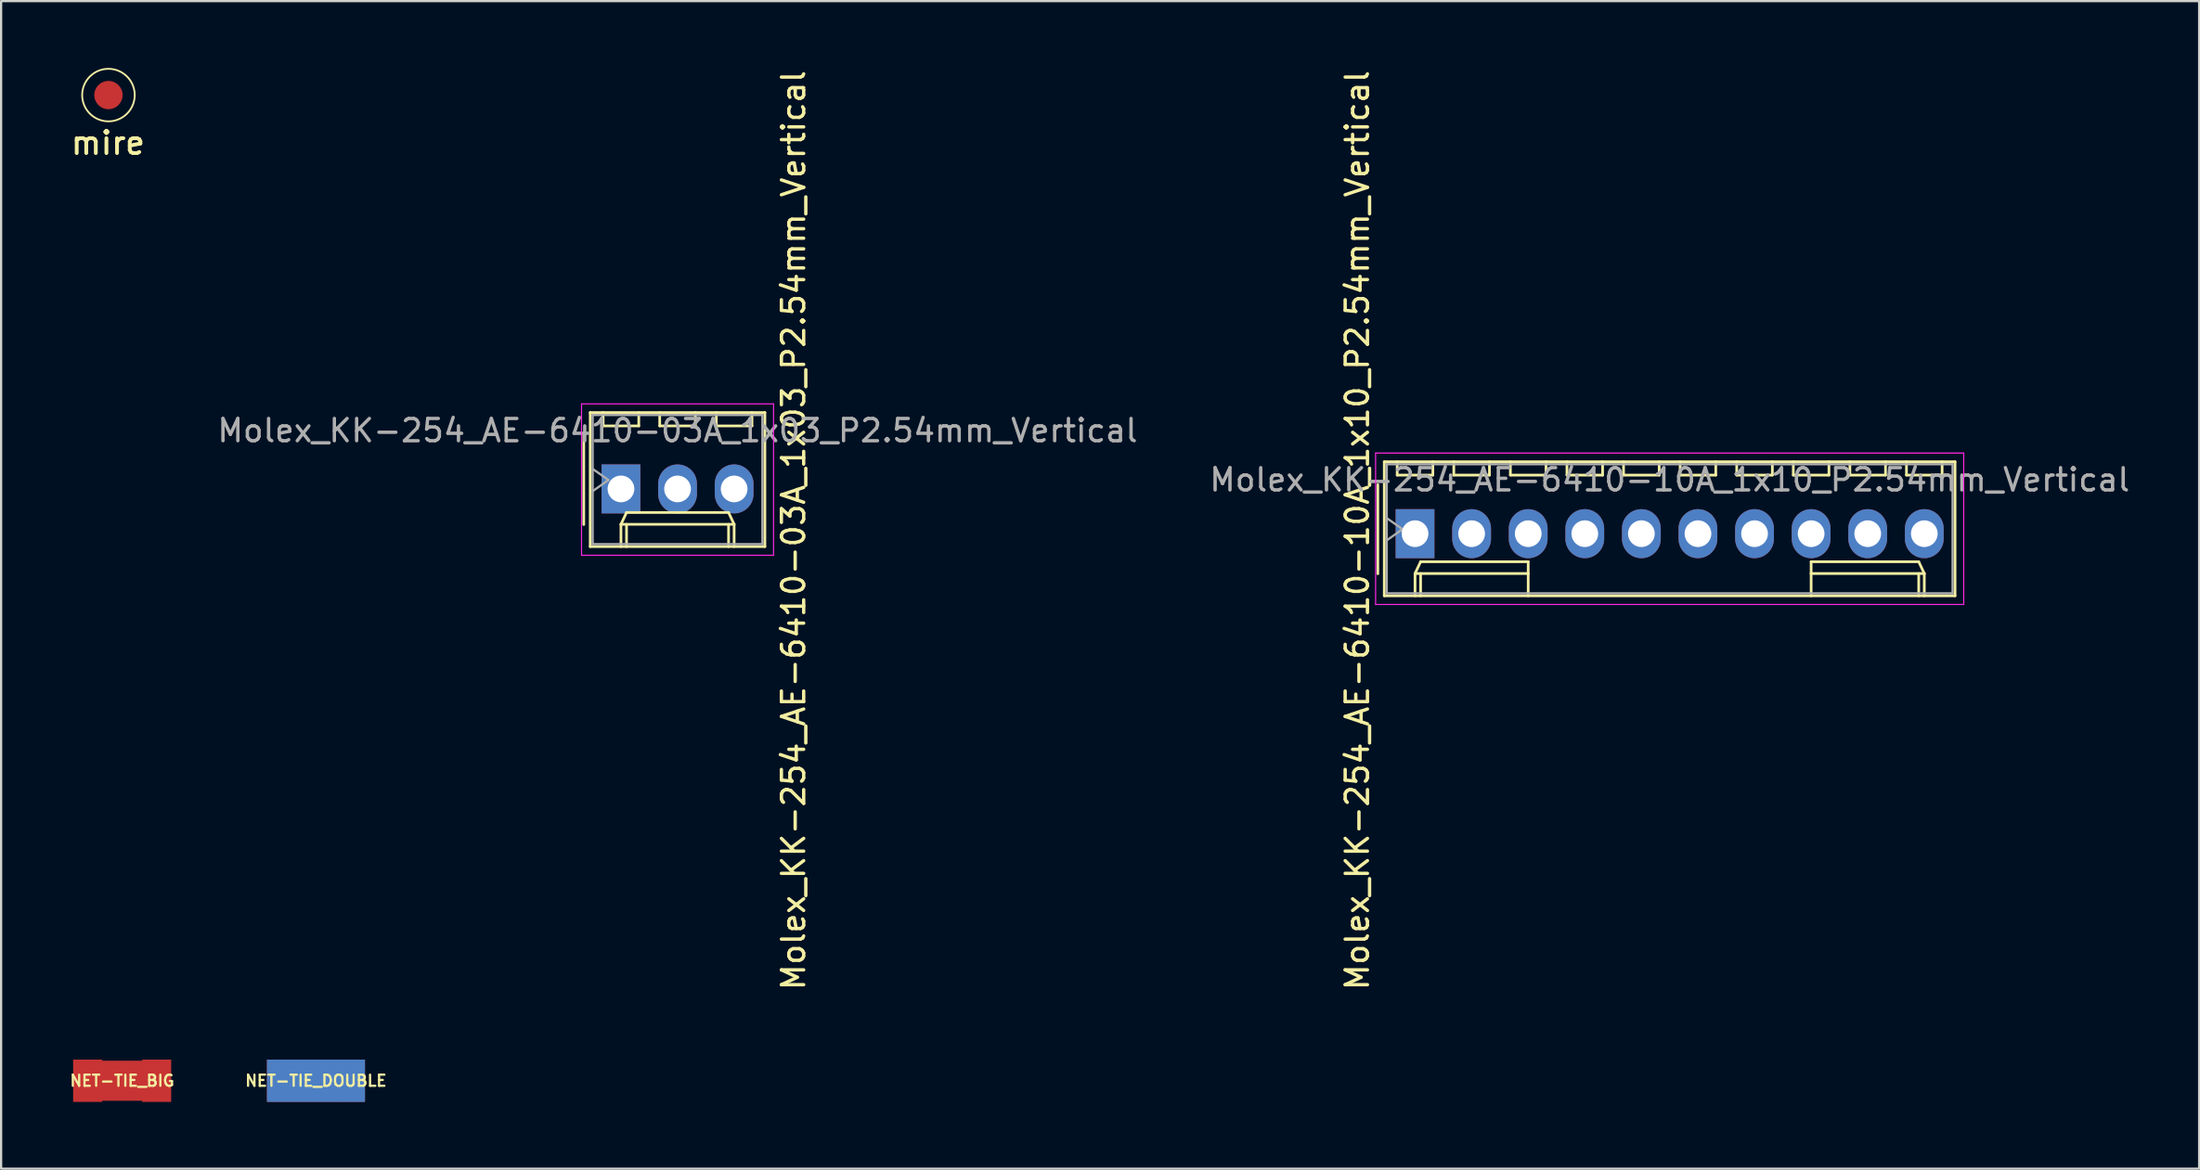
<source format=kicad_pcb>
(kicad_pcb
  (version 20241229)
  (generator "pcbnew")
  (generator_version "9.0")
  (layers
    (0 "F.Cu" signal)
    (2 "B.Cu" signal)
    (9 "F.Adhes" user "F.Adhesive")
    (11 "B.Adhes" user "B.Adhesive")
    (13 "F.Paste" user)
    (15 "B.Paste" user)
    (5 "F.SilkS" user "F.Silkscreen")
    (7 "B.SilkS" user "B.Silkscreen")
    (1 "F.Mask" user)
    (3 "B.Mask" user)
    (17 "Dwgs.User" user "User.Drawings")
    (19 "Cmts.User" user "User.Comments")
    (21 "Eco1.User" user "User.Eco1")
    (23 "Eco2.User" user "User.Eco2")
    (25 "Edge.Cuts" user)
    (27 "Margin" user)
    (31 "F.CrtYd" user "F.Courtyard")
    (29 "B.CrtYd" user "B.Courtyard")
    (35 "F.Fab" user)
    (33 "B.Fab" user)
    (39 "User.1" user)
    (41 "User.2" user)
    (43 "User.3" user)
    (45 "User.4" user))
  (footprint "mire"
    (layer "F.Cu")
    (at 1.818 1.22)
    (property "Reference" "mire" (at -0.02 2.15 0) (layer "F.SilkS") (effects (font (size 1 1) (thickness 0.17))))
    (attr smd)
    (fp_circle (center 0 0) (end 0.37 -1.12) (stroke (width 0.08) (type solid)) (fill no) (layer "F.SilkS"))
    (pad "1" smd circle (at 0 0) (size 1.27 1.27) (layers "F.Cu" "F.Mask")))
  (footprint "NET-TIE_BIG"
    (layer "F.Cu")
    (at 2.433 45.486)
    (property "Reference" "NET-TIE_BIG" (at 0 0 0) (layer "F.SilkS") (effects (font (size 0.5 0.5) (thickness 0.1))))
    (attr smd)
    (fp_line (start -1.2 0) (end 1.2 0) (stroke (width 1.8) (type solid)) (layer "F.Cu"))
    (pad "1" smd rect (at -1.55 0 90) (size 1.9 1.3) (layers "F.Cu"))
    (pad "2" smd rect (at 1.55 0 90) (size 1.9 1.3) (layers "F.Cu")))
  (footprint "NET-TIE_DOUBLE"
    (layer "F.Cu")
    (at 11.133 45.486)
    (property "Reference" "NET-TIE_DOUBLE" (at 0 0 0) (layer "F.SilkS") (effects (font (size 0.5 0.5) (thickness 0.1))))
    (attr exclude_from_pos_files exclude_from_bom)
    (fp_poly (pts (xy -0.9 -0.9) (xy -0.9 0.9) (xy 0.9 0.9) (xy 0.9 -0.9)) (stroke (width 0.1) (type solid)) (fill yes) (layer "F.Cu"))
    (fp_poly (pts (xy -0.9 -0.9) (xy -0.9 0.9) (xy 0.9 0.9) (xy 0.9 -0.9)) (stroke (width 0.1) (type solid)) (fill yes) (layer "B.Cu"))
    (pad "1B" smd rect (at -1.55 0 90) (size 1.9 1.3) (layers "B.Cu"))
    (pad "1F" smd rect (at -1.55 0 90) (size 1.9 1.3) (layers "F.Cu"))
    (pad "2B" smd rect (at 1.55 0 90) (size 1.9 1.3) (layers "B.Cu"))
    (pad "2F" smd rect (at 1.55 0 90) (size 1.9 1.3) (layers "F.Cu")))
  (footprint "Molex_KK-254_AE-6410-10A_1x10_P2.54mm_Vertical"
    (layer "F.Cu")
    (at 60.469 20.717)
    (property "Reference" "Molex_KK-254_AE-6410-10A_1x10_P2.54mm_Vertical" (at -2.591 0.051 90) (layer "F.SilkS") (effects (font (size 1 1) (thickness 0.15))))
    (attr through_hole)
    (fp_line (start -1.67 -2) (end -1.67 2) (stroke (width 0.12) (type solid)) (layer "F.SilkS"))
    (fp_line (start -1.38 -3.03) (end -1.38 2.99) (stroke (width 0.12) (type solid)) (layer "F.SilkS"))
    (fp_line (start -1.38 2.99) (end 24.24 2.99) (stroke (width 0.12) (type solid)) (layer "F.SilkS"))
    (fp_line (start -0.8 -3.03) (end -0.8 -2.43) (stroke (width 0.12) (type solid)) (layer "F.SilkS"))
    (fp_line (start -0.8 -2.43) (end 0.8 -2.43) (stroke (width 0.12) (type solid)) (layer "F.SilkS"))
    (fp_line (start 0 1.99) (end 0.25 1.46) (stroke (width 0.12) (type solid)) (layer "F.SilkS"))
    (fp_line (start 0 1.99) (end 5.08 1.99) (stroke (width 0.12) (type solid)) (layer "F.SilkS"))
    (fp_line (start 0 2.99) (end 0 1.99) (stroke (width 0.12) (type solid)) (layer "F.SilkS"))
    (fp_line (start 0.25 1.46) (end 5.08 1.46) (stroke (width 0.12) (type solid)) (layer "F.SilkS"))
    (fp_line (start 0.25 2.99) (end 0.25 1.99) (stroke (width 0.12) (type solid)) (layer "F.SilkS"))
    (fp_line (start 0.8 -2.43) (end 0.8 -3.03) (stroke (width 0.12) (type solid)) (layer "F.SilkS"))
    (fp_line (start 1.74 -3.03) (end 1.74 -2.43) (stroke (width 0.12) (type solid)) (layer "F.SilkS"))
    (fp_line (start 1.74 -2.43) (end 3.34 -2.43) (stroke (width 0.12) (type solid)) (layer "F.SilkS"))
    (fp_line (start 3.34 -2.43) (end 3.34 -3.03) (stroke (width 0.12) (type solid)) (layer "F.SilkS"))
    (fp_line (start 4.28 -3.03) (end 4.28 -2.43) (stroke (width 0.12) (type solid)) (layer "F.SilkS"))
    (fp_line (start 4.28 -2.43) (end 5.88 -2.43) (stroke (width 0.12) (type solid)) (layer "F.SilkS"))
    (fp_line (start 5.08 1.46) (end 5.08 1.99) (stroke (width 0.12) (type solid)) (layer "F.SilkS"))
    (fp_line (start 5.08 1.99) (end 5.08 2.99) (stroke (width 0.12) (type solid)) (layer "F.SilkS"))
    (fp_line (start 5.88 -2.43) (end 5.88 -3.03) (stroke (width 0.12) (type solid)) (layer "F.SilkS"))
    (fp_line (start 6.82 -3.03) (end 6.82 -2.43) (stroke (width 0.12) (type solid)) (layer "F.SilkS"))
    (fp_line (start 6.82 -2.43) (end 8.42 -2.43) (stroke (width 0.12) (type solid)) (layer "F.SilkS"))
    (fp_line (start 8.42 -2.43) (end 8.42 -3.03) (stroke (width 0.12) (type solid)) (layer "F.SilkS"))
    (fp_line (start 9.36 -3.03) (end 9.36 -2.43) (stroke (width 0.12) (type solid)) (layer "F.SilkS"))
    (fp_line (start 9.36 -2.43) (end 10.96 -2.43) (stroke (width 0.12) (type solid)) (layer "F.SilkS"))
    (fp_line (start 10.96 -2.43) (end 10.96 -3.03) (stroke (width 0.12) (type solid)) (layer "F.SilkS"))
    (fp_line (start 11.9 -3.03) (end 11.9 -2.43) (stroke (width 0.12) (type solid)) (layer "F.SilkS"))
    (fp_line (start 11.9 -2.43) (end 13.5 -2.43) (stroke (width 0.12) (type solid)) (layer "F.SilkS"))
    (fp_line (start 13.5 -2.43) (end 13.5 -3.03) (stroke (width 0.12) (type solid)) (layer "F.SilkS"))
    (fp_line (start 14.44 -3.03) (end 14.44 -2.43) (stroke (width 0.12) (type solid)) (layer "F.SilkS"))
    (fp_line (start 14.44 -2.43) (end 16.04 -2.43) (stroke (width 0.12) (type solid)) (layer "F.SilkS"))
    (fp_line (start 16.04 -2.43) (end 16.04 -3.03) (stroke (width 0.12) (type solid)) (layer "F.SilkS"))
    (fp_line (start 16.98 -3.03) (end 16.98 -2.43) (stroke (width 0.12) (type solid)) (layer "F.SilkS"))
    (fp_line (start 16.98 -2.43) (end 18.58 -2.43) (stroke (width 0.12) (type solid)) (layer "F.SilkS"))
    (fp_line (start 17.78 1.46) (end 17.78 1.99) (stroke (width 0.12) (type solid)) (layer "F.SilkS"))
    (fp_line (start 17.78 1.99) (end 17.78 2.99) (stroke (width 0.12) (type solid)) (layer "F.SilkS"))
    (fp_line (start 18.58 -2.43) (end 18.58 -3.03) (stroke (width 0.12) (type solid)) (layer "F.SilkS"))
    (fp_line (start 19.52 -3.03) (end 19.52 -2.43) (stroke (width 0.12) (type solid)) (layer "F.SilkS"))
    (fp_line (start 19.52 -2.43) (end 21.12 -2.43) (stroke (width 0.12) (type solid)) (layer "F.SilkS"))
    (fp_line (start 21.12 -2.43) (end 21.12 -3.03) (stroke (width 0.12) (type solid)) (layer "F.SilkS"))
    (fp_line (start 22.06 -3.03) (end 22.06 -2.43) (stroke (width 0.12) (type solid)) (layer "F.SilkS"))
    (fp_line (start 22.06 -2.43) (end 23.66 -2.43) (stroke (width 0.12) (type solid)) (layer "F.SilkS"))
    (fp_line (start 22.61 1.46) (end 17.78 1.46) (stroke (width 0.12) (type solid)) (layer "F.SilkS"))
    (fp_line (start 22.61 2.99) (end 22.61 1.99) (stroke (width 0.12) (type solid)) (layer "F.SilkS"))
    (fp_line (start 22.86 1.99) (end 17.78 1.99) (stroke (width 0.12) (type solid)) (layer "F.SilkS"))
    (fp_line (start 22.86 1.99) (end 22.61 1.46) (stroke (width 0.12) (type solid)) (layer "F.SilkS"))
    (fp_line (start 22.86 2.99) (end 22.86 1.99) (stroke (width 0.12) (type solid)) (layer "F.SilkS"))
    (fp_line (start 23.66 -2.43) (end 23.66 -3.03) (stroke (width 0.12) (type solid)) (layer "F.SilkS"))
    (fp_line (start 24.24 -3.03) (end -1.38 -3.03) (stroke (width 0.12) (type solid)) (layer "F.SilkS"))
    (fp_line (start 24.24 2.99) (end 24.24 -3.03) (stroke (width 0.12) (type solid)) (layer "F.SilkS"))
    (fp_line (start -1.77 -3.42) (end -1.77 3.38) (stroke (width 0.05) (type solid)) (layer "F.CrtYd"))
    (fp_line (start -1.77 3.38) (end 24.63 3.38) (stroke (width 0.05) (type solid)) (layer "F.CrtYd"))
    (fp_line (start 24.63 -3.42) (end -1.77 -3.42) (stroke (width 0.05) (type solid)) (layer "F.CrtYd"))
    (fp_line (start 24.63 3.38) (end 24.63 -3.42) (stroke (width 0.05) (type solid)) (layer "F.CrtYd"))
    (fp_line (start -1.27 -2.92) (end -1.27 2.88) (stroke (width 0.1) (type solid)) (layer "F.Fab"))
    (fp_line (start -1.27 -0.5) (end -0.563 0) (stroke (width 0.1) (type solid)) (layer "F.Fab"))
    (fp_line (start -1.27 2.88) (end 24.13 2.88) (stroke (width 0.1) (type solid)) (layer "F.Fab"))
    (fp_line (start -0.563 0) (end -1.27 0.5) (stroke (width 0.1) (type solid)) (layer "F.Fab"))
    (fp_line (start 24.13 -2.92) (end -1.27 -2.92) (stroke (width 0.1) (type solid)) (layer "F.Fab"))
    (fp_line (start 24.13 2.88) (end 24.13 -2.92) (stroke (width 0.1) (type solid)) (layer "F.Fab"))
    (fp_text user "${REFERENCE}" (at 11.43 -2.22 0) (layer "F.Fab") (effects (font (size 1 1) (thickness 0.15))))
    (pad "1" thru_hole rect (at 0 0.2) (size 1.74 2.2) (drill 1.2) (layers "*.Cu" "*.Mask"))
    (pad "2" thru_hole oval (at 2.54 0.2) (size 1.74 2.2) (drill 1.2) (layers "*.Cu" "*.Mask"))
    (pad "3" thru_hole oval (at 5.08 0.2) (size 1.74 2.2) (drill 1.2) (layers "*.Cu" "*.Mask"))
    (pad "4" thru_hole oval (at 7.62 0.2) (size 1.74 2.2) (drill 1.2) (layers "*.Cu" "*.Mask"))
    (pad "5" thru_hole oval (at 10.16 0.2) (size 1.74 2.2) (drill 1.2) (layers "*.Cu" "*.Mask"))
    (pad "6" thru_hole oval (at 12.7 0.2) (size 1.74 2.2) (drill 1.2) (layers "*.Cu" "*.Mask"))
    (pad "7" thru_hole oval (at 15.24 0.2) (size 1.74 2.2) (drill 1.2) (layers "*.Cu" "*.Mask"))
    (pad "8" thru_hole oval (at 17.78 0.2) (size 1.74 2.2) (drill 1.2) (layers "*.Cu" "*.Mask"))
    (pad "9" thru_hole oval (at 20.32 0.2) (size 1.74 2.2) (drill 1.2) (layers "*.Cu" "*.Mask"))
    (pad "10" thru_hole oval (at 22.86 0.2) (size 1.74 2.2) (drill 1.2) (layers "*.Cu" "*.Mask")))
  (footprint "Molex_KK-254_AE-6410-03A_1x03_P2.54mm_Vertical"
    (layer "F.Cu")
    (at 24.824 18.507)
    (property "Reference" "Molex_KK-254_AE-6410-03A_1x03_P2.54mm_Vertical" (at 7.747 2.261 90) (layer "F.SilkS") (effects (font (size 1 1) (thickness 0.15))))
    (attr through_hole)
    (fp_line (start -1.67 -2) (end -1.67 2) (stroke (width 0.12) (type solid)) (layer "F.SilkS"))
    (fp_line (start -1.38 -3.03) (end -1.38 2.99) (stroke (width 0.12) (type solid)) (layer "F.SilkS"))
    (fp_line (start -1.38 2.99) (end 6.46 2.99) (stroke (width 0.12) (type solid)) (layer "F.SilkS"))
    (fp_line (start -0.8 -3.03) (end -0.8 -2.43) (stroke (width 0.12) (type solid)) (layer "F.SilkS"))
    (fp_line (start -0.8 -2.43) (end 0.8 -2.43) (stroke (width 0.12) (type solid)) (layer "F.SilkS"))
    (fp_line (start 0 1.99) (end 0.25 1.46) (stroke (width 0.12) (type solid)) (layer "F.SilkS"))
    (fp_line (start 0 1.99) (end 5.08 1.99) (stroke (width 0.12) (type solid)) (layer "F.SilkS"))
    (fp_line (start 0 2.99) (end 0 1.99) (stroke (width 0.12) (type solid)) (layer "F.SilkS"))
    (fp_line (start 0.25 1.46) (end 4.83 1.46) (stroke (width 0.12) (type solid)) (layer "F.SilkS"))
    (fp_line (start 0.25 2.99) (end 0.25 1.99) (stroke (width 0.12) (type solid)) (layer "F.SilkS"))
    (fp_line (start 0.8 -2.43) (end 0.8 -3.03) (stroke (width 0.12) (type solid)) (layer "F.SilkS"))
    (fp_line (start 1.74 -3.03) (end 1.74 -2.43) (stroke (width 0.12) (type solid)) (layer "F.SilkS"))
    (fp_line (start 1.74 -2.43) (end 3.34 -2.43) (stroke (width 0.12) (type solid)) (layer "F.SilkS"))
    (fp_line (start 3.34 -2.43) (end 3.34 -3.03) (stroke (width 0.12) (type solid)) (layer "F.SilkS"))
    (fp_line (start 4.28 -3.03) (end 4.28 -2.43) (stroke (width 0.12) (type solid)) (layer "F.SilkS"))
    (fp_line (start 4.28 -2.43) (end 5.88 -2.43) (stroke (width 0.12) (type solid)) (layer "F.SilkS"))
    (fp_line (start 4.83 1.46) (end 5.08 1.99) (stroke (width 0.12) (type solid)) (layer "F.SilkS"))
    (fp_line (start 4.83 2.99) (end 4.83 1.99) (stroke (width 0.12) (type solid)) (layer "F.SilkS"))
    (fp_line (start 5.08 1.99) (end 5.08 2.99) (stroke (width 0.12) (type solid)) (layer "F.SilkS"))
    (fp_line (start 5.88 -2.43) (end 5.88 -3.03) (stroke (width 0.12) (type solid)) (layer "F.SilkS"))
    (fp_line (start 6.46 -3.03) (end -1.38 -3.03) (stroke (width 0.12) (type solid)) (layer "F.SilkS"))
    (fp_line (start 6.46 2.99) (end 6.46 -3.03) (stroke (width 0.12) (type solid)) (layer "F.SilkS"))
    (fp_line (start -1.77 -3.42) (end -1.77 3.38) (stroke (width 0.05) (type solid)) (layer "F.CrtYd"))
    (fp_line (start -1.77 3.38) (end 6.85 3.38) (stroke (width 0.05) (type solid)) (layer "F.CrtYd"))
    (fp_line (start 6.85 -3.42) (end -1.77 -3.42) (stroke (width 0.05) (type solid)) (layer "F.CrtYd"))
    (fp_line (start 6.85 3.38) (end 6.85 -3.42) (stroke (width 0.05) (type solid)) (layer "F.CrtYd"))
    (fp_line (start -1.27 -2.92) (end -1.27 2.88) (stroke (width 0.1) (type solid)) (layer "F.Fab"))
    (fp_line (start -1.27 -0.5) (end -0.563 0) (stroke (width 0.1) (type solid)) (layer "F.Fab"))
    (fp_line (start -1.27 2.88) (end 6.35 2.88) (stroke (width 0.1) (type solid)) (layer "F.Fab"))
    (fp_line (start -0.563 0) (end -1.27 0.5) (stroke (width 0.1) (type solid)) (layer "F.Fab"))
    (fp_line (start 6.35 -2.92) (end -1.27 -2.92) (stroke (width 0.1) (type solid)) (layer "F.Fab"))
    (fp_line (start 6.35 2.88) (end 6.35 -2.92) (stroke (width 0.1) (type solid)) (layer "F.Fab"))
    (fp_text user "${REFERENCE}" (at 2.54 -2.22 0) (layer "F.Fab") (effects (font (size 1 1) (thickness 0.15))))
    (pad "1" thru_hole rect (at 0 0.4) (size 1.74 2.2) (drill 1.2) (layers "*.Cu" "*.Mask"))
    (pad "2" thru_hole oval (at 2.54 0.4) (size 1.74 2.2) (drill 1.2) (layers "*.Cu" "*.Mask"))
    (pad "3" thru_hole oval (at 5.08 0.4) (size 1.74 2.2) (drill 1.2) (layers "*.Cu" "*.Mask")))
  (gr_rect
    (start -3 -3)
    (end 95.667 49.436)
    (stroke (width 0.1) (type default))
    (fill no)
    (layer "Edge.Cuts")))
</source>
